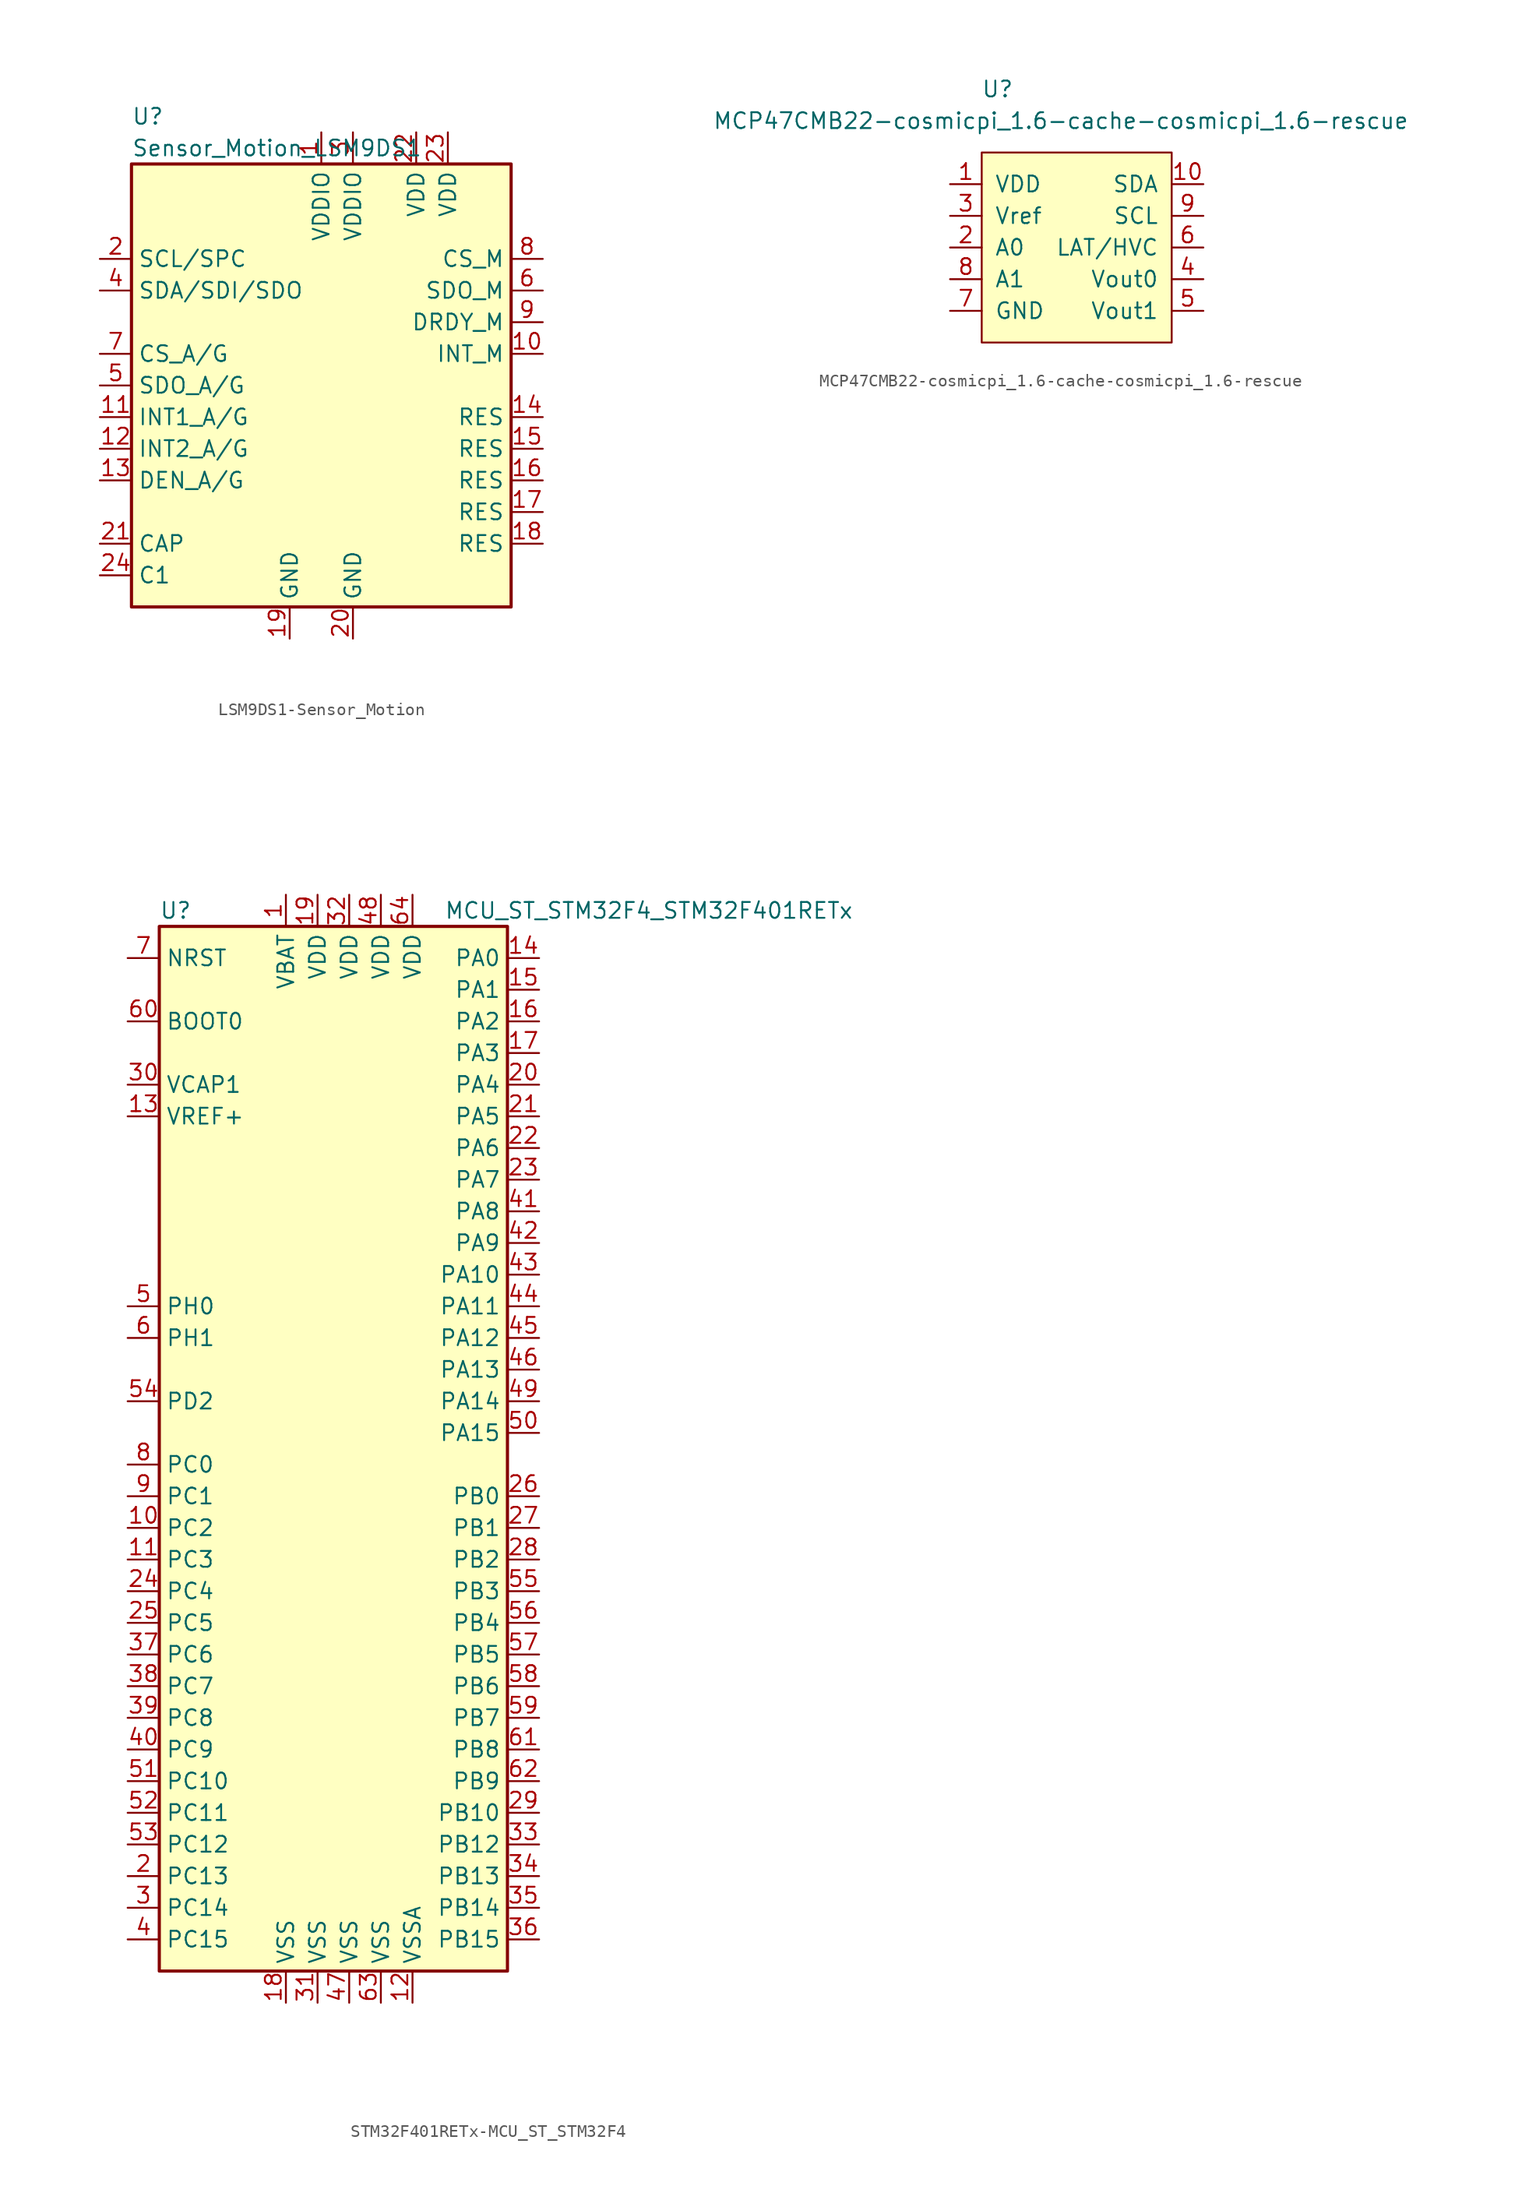
<source format=kicad_sym>
(kicad_symbol_lib
  (version 20220914)
  (generator kicad_symbol_editor)
  (symbol "LSM9DS1-Sensor_Motion"
    (property "Reference" "U"
      (at -15.24 21.59 0)
      (effects (font (size 1.27 1.27)) (justify left)))
    (property "Value" "Sensor_Motion_LSM9DS1"
      (at -15.24 19.05 0)
      (effects (font (size 1.27 1.27)) (justify left)))
    (symbol "LSM9DS1-Sensor_Motion_0_1"
      (rectangle (start -15.24 17.78) (end 15.24 -17.78) (stroke (width 0.254) (type solid)) (fill (type background))))
    (symbol "LSM9DS1-Sensor_Motion_1_1"
      (pin power_in line (at 0 20.32 270) (length 2.54) (name "VDDIO" (effects (font (size 1.27 1.27)))) (number "1" (effects (font (size 1.27 1.27)))))
      (pin output line (at 17.78 2.54 180) (length 2.54) (name "INT_M" (effects (font (size 1.27 1.27)))) (number "10" (effects (font (size 1.27 1.27)))))
      (pin output line (at -17.78 -2.54 0) (length 2.54) (name "INT1_A/G" (effects (font (size 1.27 1.27)))) (number "11" (effects (font (size 1.27 1.27)))))
      (pin output line (at -17.78 -5.08 0) (length 2.54) (name "INT2_A/G" (effects (font (size 1.27 1.27)))) (number "12" (effects (font (size 1.27 1.27)))))
      (pin input line (at -17.78 -7.62 0) (length 2.54) (name "DEN_A/G" (effects (font (size 1.27 1.27)))) (number "13" (effects (font (size 1.27 1.27)))))
      (pin bidirectional line (at 17.78 -2.54 180) (length 2.54) (name "RES" (effects (font (size 1.27 1.27)))) (number "14" (effects (font (size 1.27 1.27)))))
      (pin bidirectional line (at 17.78 -5.08 180) (length 2.54) (name "RES" (effects (font (size 1.27 1.27)))) (number "15" (effects (font (size 1.27 1.27)))))
      (pin bidirectional line (at 17.78 -7.62 180) (length 2.54) (name "RES" (effects (font (size 1.27 1.27)))) (number "16" (effects (font (size 1.27 1.27)))))
      (pin bidirectional line (at 17.78 -10.16 180) (length 2.54) (name "RES" (effects (font (size 1.27 1.27)))) (number "17" (effects (font (size 1.27 1.27)))))
      (pin bidirectional line (at 17.78 -12.7 180) (length 2.54) (name "RES" (effects (font (size 1.27 1.27)))) (number "18" (effects (font (size 1.27 1.27)))))
      (pin power_in line (at -2.54 -20.32 90) (length 2.54) (name "GND" (effects (font (size 1.27 1.27)))) (number "19" (effects (font (size 1.27 1.27)))))
      (pin input line (at -17.78 10.16 0) (length 2.54) (name "SCL/SPC" (effects (font (size 1.27 1.27)))) (number "2" (effects (font (size 1.27 1.27)))))
      (pin power_in line (at 2.54 -20.32 90) (length 2.54) (name "GND" (effects (font (size 1.27 1.27)))) (number "20" (effects (font (size 1.27 1.27)))))
      (pin passive line (at -17.78 -12.7 0) (length 2.54) (name "CAP" (effects (font (size 1.27 1.27)))) (number "21" (effects (font (size 1.27 1.27)))))
      (pin power_in line (at 7.62 20.32 270) (length 2.54) (name "VDD" (effects (font (size 1.27 1.27)))) (number "22" (effects (font (size 1.27 1.27)))))
      (pin power_in line (at 10.16 20.32 270) (length 2.54) (name "VDD" (effects (font (size 1.27 1.27)))) (number "23" (effects (font (size 1.27 1.27)))))
      (pin passive line (at -17.78 -15.24 0) (length 2.54) (name "C1" (effects (font (size 1.27 1.27)))) (number "24" (effects (font (size 1.27 1.27)))))
      (pin power_in line (at 2.54 20.32 270) (length 2.54) (name "VDDIO" (effects (font (size 1.27 1.27)))) (number "3" (effects (font (size 1.27 1.27)))))
      (pin bidirectional line (at -17.78 7.62 0) (length 2.54) (name "SDA/SDI/SDO" (effects (font (size 1.27 1.27)))) (number "4" (effects (font (size 1.27 1.27)))))
      (pin output line (at -17.78 0 0) (length 2.54) (name "SDO_A/G" (effects (font (size 1.27 1.27)))) (number "5" (effects (font (size 1.27 1.27)))))
      (pin output line (at 17.78 7.62 180) (length 2.54) (name "SDO_M" (effects (font (size 1.27 1.27)))) (number "6" (effects (font (size 1.27 1.27)))))
      (pin input line (at -17.78 2.54 0) (length 2.54) (name "CS_A/G" (effects (font (size 1.27 1.27)))) (number "7" (effects (font (size 1.27 1.27)))))
      (pin input line (at 17.78 10.16 180) (length 2.54) (name "CS_M" (effects (font (size 1.27 1.27)))) (number "8" (effects (font (size 1.27 1.27)))))
      (pin output line (at 17.78 5.08 180) (length 2.54) (name "DRDY_M" (effects (font (size 1.27 1.27)))) (number "9" (effects (font (size 1.27 1.27)))))))
  (symbol "MCP47CMB22-cosmicpi_1.6-cache-cosmicpi_1.6-rescue"
    (pin_names
      (offset 1.016))
    (property "Reference" "U"
      (at -6.35 11.43 0)
      (effects (font (size 1.27 1.27))))
    (property "Value" "MCP47CMB22-cosmicpi_1.6-cache-cosmicpi_1.6-rescue"
      (at -1.27 8.89 0)
      (effects (font (size 1.27 1.27))))
    (symbol "MCP47CMB22-cosmicpi_1.6-cache-cosmicpi_1.6-rescue_0_1"
      (rectangle (start -7.62 6.35) (end 7.62 -8.89) (stroke (width 0) (type solid)) (fill (type background))))
    (symbol "MCP47CMB22-cosmicpi_1.6-cache-cosmicpi_1.6-rescue_1_1"
      (pin power_in line (at -10.16 3.81 0) (length 2.54) (name "VDD" (effects (font (size 1.27 1.27)))) (number "1" (effects (font (size 1.27 1.27)))))
      (pin bidirectional line (at 10.16 3.81 180) (length 2.54) (name "SDA" (effects (font (size 1.27 1.27)))) (number "10" (effects (font (size 1.27 1.27)))))
      (pin input line (at -10.16 -1.27 0) (length 2.54) (name "A0" (effects (font (size 1.27 1.27)))) (number "2" (effects (font (size 1.27 1.27)))))
      (pin input line (at -10.16 1.27 0) (length 2.54) (name "Vref" (effects (font (size 1.27 1.27)))) (number "3" (effects (font (size 1.27 1.27)))))
      (pin output line (at 10.16 -3.81 180) (length 2.54) (name "Vout0" (effects (font (size 1.27 1.27)))) (number "4" (effects (font (size 1.27 1.27)))))
      (pin output line (at 10.16 -6.35 180) (length 2.54) (name "Vout1" (effects (font (size 1.27 1.27)))) (number "5" (effects (font (size 1.27 1.27)))))
      (pin input line (at 10.16 -1.27 180) (length 2.54) (name "LAT/HVC" (effects (font (size 1.27 1.27)))) (number "6" (effects (font (size 1.27 1.27)))))
      (pin power_in line (at -10.16 -6.35 0) (length 2.54) (name "GND" (effects (font (size 1.27 1.27)))) (number "7" (effects (font (size 1.27 1.27)))))
      (pin input line (at -10.16 -3.81 0) (length 2.54) (name "A1" (effects (font (size 1.27 1.27)))) (number "8" (effects (font (size 1.27 1.27)))))
      (pin input line (at 10.16 1.27 180) (length 2.54) (name "SCL" (effects (font (size 1.27 1.27)))) (number "9" (effects (font (size 1.27 1.27)))))))
  (symbol "STM32F401RETx-MCU_ST_STM32F4"
    (property "Reference" "U"
      (at -15.24 41.91 0)
      (effects (font (size 1.27 1.27)) (justify left)))
    (property "Value" "MCU_ST_STM32F4_STM32F401RETx"
      (at 7.62 41.91 0)
      (effects (font (size 1.27 1.27)) (justify left)))
    (symbol "STM32F401RETx-MCU_ST_STM32F4_0_1"
      (rectangle (start -15.24 -43.18) (end 12.7 40.64) (stroke (width 0.254) (type solid)) (fill (type background))))
    (symbol "STM32F401RETx-MCU_ST_STM32F4_1_1"
      (pin power_in line (at -5.08 43.18 270) (length 2.54) (name "VBAT" (effects (font (size 1.27 1.27)))) (number "1" (effects (font (size 1.27 1.27)))))
      (pin bidirectional line (at -17.78 -7.62 0) (length 2.54) (name "PC2" (effects (font (size 1.27 1.27)))) (number "10" (effects (font (size 1.27 1.27)))))
      (pin bidirectional line (at -17.78 -10.16 0) (length 2.54) (name "PC3" (effects (font (size 1.27 1.27)))) (number "11" (effects (font (size 1.27 1.27)))))
      (pin power_in line (at 5.08 -45.72 90) (length 2.54) (name "VSSA" (effects (font (size 1.27 1.27)))) (number "12" (effects (font (size 1.27 1.27)))))
      (pin power_in line (at -17.78 25.4 0) (length 2.54) (name "VREF+" (effects (font (size 1.27 1.27)))) (number "13" (effects (font (size 1.27 1.27)))))
      (pin bidirectional line (at 15.24 38.1 180) (length 2.54) (name "PA0" (effects (font (size 1.27 1.27)))) (number "14" (effects (font (size 1.27 1.27)))))
      (pin bidirectional line (at 15.24 35.56 180) (length 2.54) (name "PA1" (effects (font (size 1.27 1.27)))) (number "15" (effects (font (size 1.27 1.27)))))
      (pin bidirectional line (at 15.24 33.02 180) (length 2.54) (name "PA2" (effects (font (size 1.27 1.27)))) (number "16" (effects (font (size 1.27 1.27)))))
      (pin bidirectional line (at 15.24 30.48 180) (length 2.54) (name "PA3" (effects (font (size 1.27 1.27)))) (number "17" (effects (font (size 1.27 1.27)))))
      (pin power_in line (at -5.08 -45.72 90) (length 2.54) (name "VSS" (effects (font (size 1.27 1.27)))) (number "18" (effects (font (size 1.27 1.27)))))
      (pin power_in line (at -2.54 43.18 270) (length 2.54) (name "VDD" (effects (font (size 1.27 1.27)))) (number "19" (effects (font (size 1.27 1.27)))))
      (pin bidirectional line (at -17.78 -35.56 0) (length 2.54) (name "PC13" (effects (font (size 1.27 1.27)))) (number "2" (effects (font (size 1.27 1.27)))))
      (pin bidirectional line (at 15.24 27.94 180) (length 2.54) (name "PA4" (effects (font (size 1.27 1.27)))) (number "20" (effects (font (size 1.27 1.27)))))
      (pin bidirectional line (at 15.24 25.4 180) (length 2.54) (name "PA5" (effects (font (size 1.27 1.27)))) (number "21" (effects (font (size 1.27 1.27)))))
      (pin bidirectional line (at 15.24 22.86 180) (length 2.54) (name "PA6" (effects (font (size 1.27 1.27)))) (number "22" (effects (font (size 1.27 1.27)))))
      (pin bidirectional line (at 15.24 20.32 180) (length 2.54) (name "PA7" (effects (font (size 1.27 1.27)))) (number "23" (effects (font (size 1.27 1.27)))))
      (pin bidirectional line (at -17.78 -12.7 0) (length 2.54) (name "PC4" (effects (font (size 1.27 1.27)))) (number "24" (effects (font (size 1.27 1.27)))))
      (pin bidirectional line (at -17.78 -15.24 0) (length 2.54) (name "PC5" (effects (font (size 1.27 1.27)))) (number "25" (effects (font (size 1.27 1.27)))))
      (pin bidirectional line (at 15.24 -5.08 180) (length 2.54) (name "PB0" (effects (font (size 1.27 1.27)))) (number "26" (effects (font (size 1.27 1.27)))))
      (pin bidirectional line (at 15.24 -7.62 180) (length 2.54) (name "PB1" (effects (font (size 1.27 1.27)))) (number "27" (effects (font (size 1.27 1.27)))))
      (pin bidirectional line (at 15.24 -10.16 180) (length 2.54) (name "PB2" (effects (font (size 1.27 1.27)))) (number "28" (effects (font (size 1.27 1.27)))))
      (pin bidirectional line (at 15.24 -30.48 180) (length 2.54) (name "PB10" (effects (font (size 1.27 1.27)))) (number "29" (effects (font (size 1.27 1.27)))))
      (pin bidirectional line (at -17.78 -38.1 0) (length 2.54) (name "PC14" (effects (font (size 1.27 1.27)))) (number "3" (effects (font (size 1.27 1.27)))))
      (pin power_in line (at -17.78 27.94 0) (length 2.54) (name "VCAP1" (effects (font (size 1.27 1.27)))) (number "30" (effects (font (size 1.27 1.27)))))
      (pin power_in line (at -2.54 -45.72 90) (length 2.54) (name "VSS" (effects (font (size 1.27 1.27)))) (number "31" (effects (font (size 1.27 1.27)))))
      (pin power_in line (at 0 43.18 270) (length 2.54) (name "VDD" (effects (font (size 1.27 1.27)))) (number "32" (effects (font (size 1.27 1.27)))))
      (pin bidirectional line (at 15.24 -33.02 180) (length 2.54) (name "PB12" (effects (font (size 1.27 1.27)))) (number "33" (effects (font (size 1.27 1.27)))))
      (pin bidirectional line (at 15.24 -35.56 180) (length 2.54) (name "PB13" (effects (font (size 1.27 1.27)))) (number "34" (effects (font (size 1.27 1.27)))))
      (pin bidirectional line (at 15.24 -38.1 180) (length 2.54) (name "PB14" (effects (font (size 1.27 1.27)))) (number "35" (effects (font (size 1.27 1.27)))))
      (pin bidirectional line (at 15.24 -40.64 180) (length 2.54) (name "PB15" (effects (font (size 1.27 1.27)))) (number "36" (effects (font (size 1.27 1.27)))))
      (pin bidirectional line (at -17.78 -17.78 0) (length 2.54) (name "PC6" (effects (font (size 1.27 1.27)))) (number "37" (effects (font (size 1.27 1.27)))))
      (pin bidirectional line (at -17.78 -20.32 0) (length 2.54) (name "PC7" (effects (font (size 1.27 1.27)))) (number "38" (effects (font (size 1.27 1.27)))))
      (pin bidirectional line (at -17.78 -22.86 0) (length 2.54) (name "PC8" (effects (font (size 1.27 1.27)))) (number "39" (effects (font (size 1.27 1.27)))))
      (pin bidirectional line (at -17.78 -40.64 0) (length 2.54) (name "PC15" (effects (font (size 1.27 1.27)))) (number "4" (effects (font (size 1.27 1.27)))))
      (pin bidirectional line (at -17.78 -25.4 0) (length 2.54) (name "PC9" (effects (font (size 1.27 1.27)))) (number "40" (effects (font (size 1.27 1.27)))))
      (pin bidirectional line (at 15.24 17.78 180) (length 2.54) (name "PA8" (effects (font (size 1.27 1.27)))) (number "41" (effects (font (size 1.27 1.27)))))
      (pin bidirectional line (at 15.24 15.24 180) (length 2.54) (name "PA9" (effects (font (size 1.27 1.27)))) (number "42" (effects (font (size 1.27 1.27)))))
      (pin bidirectional line (at 15.24 12.7 180) (length 2.54) (name "PA10" (effects (font (size 1.27 1.27)))) (number "43" (effects (font (size 1.27 1.27)))))
      (pin bidirectional line (at 15.24 10.16 180) (length 2.54) (name "PA11" (effects (font (size 1.27 1.27)))) (number "44" (effects (font (size 1.27 1.27)))))
      (pin bidirectional line (at 15.24 7.62 180) (length 2.54) (name "PA12" (effects (font (size 1.27 1.27)))) (number "45" (effects (font (size 1.27 1.27)))))
      (pin bidirectional line (at 15.24 5.08 180) (length 2.54) (name "PA13" (effects (font (size 1.27 1.27)))) (number "46" (effects (font (size 1.27 1.27)))))
      (pin power_in line (at 0 -45.72 90) (length 2.54) (name "VSS" (effects (font (size 1.27 1.27)))) (number "47" (effects (font (size 1.27 1.27)))))
      (pin power_in line (at 2.54 43.18 270) (length 2.54) (name "VDD" (effects (font (size 1.27 1.27)))) (number "48" (effects (font (size 1.27 1.27)))))
      (pin bidirectional line (at 15.24 2.54 180) (length 2.54) (name "PA14" (effects (font (size 1.27 1.27)))) (number "49" (effects (font (size 1.27 1.27)))))
      (pin input line (at -17.78 10.16 0) (length 2.54) (name "PH0" (effects (font (size 1.27 1.27)))) (number "5" (effects (font (size 1.27 1.27)))))
      (pin bidirectional line (at 15.24 0 180) (length 2.54) (name "PA15" (effects (font (size 1.27 1.27)))) (number "50" (effects (font (size 1.27 1.27)))))
      (pin bidirectional line (at -17.78 -27.94 0) (length 2.54) (name "PC10" (effects (font (size 1.27 1.27)))) (number "51" (effects (font (size 1.27 1.27)))))
      (pin bidirectional line (at -17.78 -30.48 0) (length 2.54) (name "PC11" (effects (font (size 1.27 1.27)))) (number "52" (effects (font (size 1.27 1.27)))))
      (pin bidirectional line (at -17.78 -33.02 0) (length 2.54) (name "PC12" (effects (font (size 1.27 1.27)))) (number "53" (effects (font (size 1.27 1.27)))))
      (pin bidirectional line (at -17.78 2.54 0) (length 2.54) (name "PD2" (effects (font (size 1.27 1.27)))) (number "54" (effects (font (size 1.27 1.27)))))
      (pin bidirectional line (at 15.24 -12.7 180) (length 2.54) (name "PB3" (effects (font (size 1.27 1.27)))) (number "55" (effects (font (size 1.27 1.27)))))
      (pin bidirectional line (at 15.24 -15.24 180) (length 2.54) (name "PB4" (effects (font (size 1.27 1.27)))) (number "56" (effects (font (size 1.27 1.27)))))
      (pin bidirectional line (at 15.24 -17.78 180) (length 2.54) (name "PB5" (effects (font (size 1.27 1.27)))) (number "57" (effects (font (size 1.27 1.27)))))
      (pin bidirectional line (at 15.24 -20.32 180) (length 2.54) (name "PB6" (effects (font (size 1.27 1.27)))) (number "58" (effects (font (size 1.27 1.27)))))
      (pin bidirectional line (at 15.24 -22.86 180) (length 2.54) (name "PB7" (effects (font (size 1.27 1.27)))) (number "59" (effects (font (size 1.27 1.27)))))
      (pin input line (at -17.78 7.62 0) (length 2.54) (name "PH1" (effects (font (size 1.27 1.27)))) (number "6" (effects (font (size 1.27 1.27)))))
      (pin input line (at -17.78 33.02 0) (length 2.54) (name "BOOT0" (effects (font (size 1.27 1.27)))) (number "60" (effects (font (size 1.27 1.27)))))
      (pin bidirectional line (at 15.24 -25.4 180) (length 2.54) (name "PB8" (effects (font (size 1.27 1.27)))) (number "61" (effects (font (size 1.27 1.27)))))
      (pin bidirectional line (at 15.24 -27.94 180) (length 2.54) (name "PB9" (effects (font (size 1.27 1.27)))) (number "62" (effects (font (size 1.27 1.27)))))
      (pin power_in line (at 2.54 -45.72 90) (length 2.54) (name "VSS" (effects (font (size 1.27 1.27)))) (number "63" (effects (font (size 1.27 1.27)))))
      (pin power_in line (at 5.08 43.18 270) (length 2.54) (name "VDD" (effects (font (size 1.27 1.27)))) (number "64" (effects (font (size 1.27 1.27)))))
      (pin input line (at -17.78 38.1 0) (length 2.54) (name "NRST" (effects (font (size 1.27 1.27)))) (number "7" (effects (font (size 1.27 1.27)))))
      (pin bidirectional line (at -17.78 -2.54 0) (length 2.54) (name "PC0" (effects (font (size 1.27 1.27)))) (number "8" (effects (font (size 1.27 1.27)))))
      (pin bidirectional line (at -17.78 -5.08 0) (length 2.54) (name "PC1" (effects (font (size 1.27 1.27)))) (number "9" (effects (font (size 1.27 1.27))))))))
</source>
